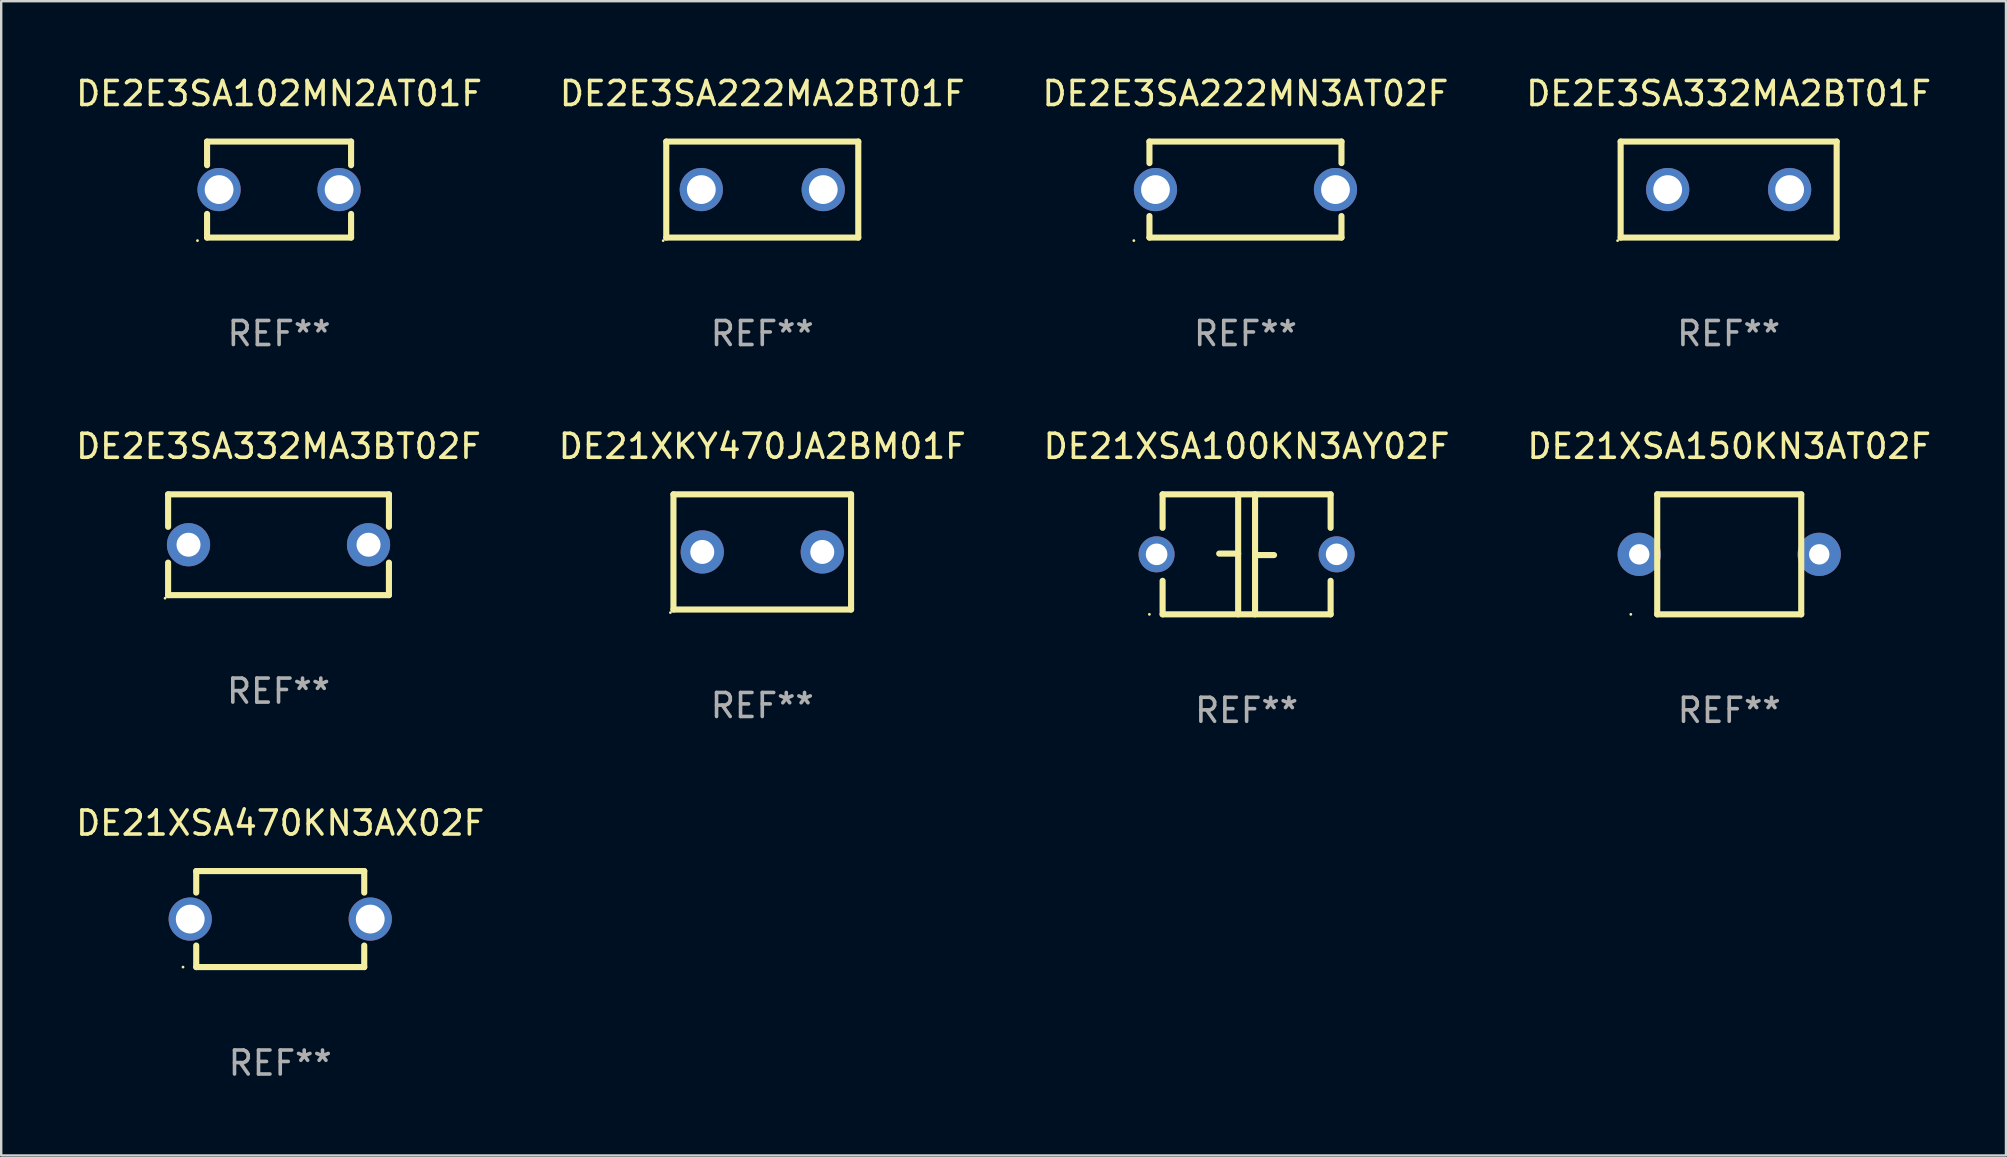
<source format=kicad_pcb>
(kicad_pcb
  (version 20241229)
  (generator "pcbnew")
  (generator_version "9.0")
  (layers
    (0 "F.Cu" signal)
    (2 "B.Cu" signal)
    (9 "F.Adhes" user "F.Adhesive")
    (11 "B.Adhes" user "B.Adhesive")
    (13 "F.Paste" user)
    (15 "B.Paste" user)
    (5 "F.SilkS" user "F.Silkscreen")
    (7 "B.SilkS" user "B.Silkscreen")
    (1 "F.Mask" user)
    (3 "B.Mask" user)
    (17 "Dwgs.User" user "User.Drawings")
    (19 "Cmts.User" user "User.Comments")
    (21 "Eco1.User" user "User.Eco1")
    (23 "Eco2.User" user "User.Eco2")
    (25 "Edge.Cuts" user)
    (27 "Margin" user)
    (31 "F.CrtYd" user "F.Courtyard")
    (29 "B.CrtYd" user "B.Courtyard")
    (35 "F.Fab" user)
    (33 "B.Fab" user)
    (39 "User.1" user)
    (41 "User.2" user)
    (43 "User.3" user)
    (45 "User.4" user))
  (footprint "DE2E3SA332MA2BT01F"
    (layer "F.Cu")
    (at 68.97 4.848)
    (property "Reference" "DE2E3SA332MA2BT01F" (at 0 -4 0) (layer "F.SilkS") (effects (font (size 1 1) (thickness 0.15))))
    (attr through_hole)
    (fp_line (start -4.5 -2) (end 4.5 -2) (stroke (width 0.254) (type solid)) (layer "F.SilkS"))
    (fp_line (start -4.5 2) (end -4.5 -2) (stroke (width 0.254) (type solid)) (layer "F.SilkS"))
    (fp_line (start 4.5 -2) (end 4.5 2) (stroke (width 0.254) (type solid)) (layer "F.SilkS"))
    (fp_line (start 4.5 2) (end -4.5 2) (stroke (width 0.254) (type solid)) (layer "F.SilkS"))
    (fp_circle (center -4.627 2.127) (end -4.597 2.127) (stroke (width 0.06) (type solid)) (fill no) (layer "F.SilkS"))
    (fp_text user "REF**" (at 0 6 0) (layer "F.Fab") (effects (font (size 1 1) (thickness 0.15))))
    (pad "1" thru_hole circle (at -2.54 0) (size 1.8 1.8) (drill 1.2) (layers "*.Cu" "*.Mask"))
    (pad "2" thru_hole circle (at 2.54 0) (size 1.8 1.8) (drill 1.2) (layers "*.Cu" "*.Mask")))
  (footprint "DE2E3SA222MN3AT02F"
    (layer "F.Cu")
    (at 48.839 4.848)
    (property "Reference" "DE2E3SA222MN3AT02F" (at 0 -4 0) (layer "F.SilkS") (effects (font (size 1 1) (thickness 0.15))))
    (attr through_hole)
    (fp_line (start -4 -2) (end -4 -1.103) (stroke (width 0.254) (type solid)) (layer "F.SilkS"))
    (fp_line (start -4 -2) (end 4 -2) (stroke (width 0.254) (type solid)) (layer "F.SilkS"))
    (fp_line (start -4 1.103) (end -4 2) (stroke (width 0.254) (type solid)) (layer "F.SilkS"))
    (fp_line (start 4 -2) (end 4 -1.103) (stroke (width 0.254) (type solid)) (layer "F.SilkS"))
    (fp_line (start 4 1.103) (end 4 2) (stroke (width 0.254) (type solid)) (layer "F.SilkS"))
    (fp_line (start 4 2) (end -4 2) (stroke (width 0.254) (type solid)) (layer "F.SilkS"))
    (fp_circle (center -4.65 2.127) (end -4.62 2.127) (stroke (width 0.06) (type solid)) (fill no) (layer "F.SilkS"))
    (fp_text user "REF**" (at 0 6 0) (layer "F.Fab") (effects (font (size 1 1) (thickness 0.15))))
    (pad "1" thru_hole circle (at -3.75 0) (size 1.8 1.8) (drill 1.2) (layers "*.Cu" "*.Mask"))
    (pad "2" thru_hole circle (at 3.75 0) (size 1.8 1.8) (drill 1.2) (layers "*.Cu" "*.Mask")))
  (footprint "DE21XSA100KN3AY02F"
    (layer "F.Cu")
    (at 48.887 20.045)
    (property "Reference" "DE21XSA100KN3AY02F" (at 0 -4.5 0) (layer "F.SilkS") (effects (font (size 1 1) (thickness 0.15))))
    (attr through_hole)
    (fp_line (start -3.5 -2.5) (end -3.5 -1.103) (stroke (width 0.254) (type solid)) (layer "F.SilkS"))
    (fp_line (start -3.5 -2.5) (end 3.5 -2.5) (stroke (width 0.254) (type solid)) (layer "F.SilkS"))
    (fp_line (start -3.5 1.103) (end -3.5 2.5) (stroke (width 0.254) (type solid)) (layer "F.SilkS"))
    (fp_line (start -0.352 -0.03) (end -1.143 -0.03) (stroke (width 0.254) (type solid)) (layer "F.SilkS"))
    (fp_line (start -0.352 2.5) (end -0.352 -2.5) (stroke (width 0.254) (type solid)) (layer "F.SilkS"))
    (fp_line (start 0.352 -2.5) (end 0.352 2.5) (stroke (width 0.254) (type solid)) (layer "F.SilkS"))
    (fp_line (start 0.352 0.03) (end 1.143 0.03) (stroke (width 0.254) (type solid)) (layer "F.SilkS"))
    (fp_line (start 3.5 -2.5) (end 3.5 -1.103) (stroke (width 0.254) (type solid)) (layer "F.SilkS"))
    (fp_line (start 3.5 1.103) (end 3.5 2.5) (stroke (width 0.254) (type solid)) (layer "F.SilkS"))
    (fp_line (start 3.5 2.5) (end -3.5 2.5) (stroke (width 0.254) (type solid)) (layer "F.SilkS"))
    (fp_circle (center -4.05 2.5) (end -4.02 2.5) (stroke (width 0.06) (type solid)) (fill no) (layer "F.SilkS"))
    (fp_text user "REF**" (at 0 6.5 0) (layer "F.Fab") (effects (font (size 1 1) (thickness 0.15))))
    (pad "1" thru_hole circle (at -3.75 0) (size 1.5 1.5) (drill 0.9) (layers "*.Cu" "*.Mask"))
    (pad "2" thru_hole circle (at 3.75 0) (size 1.5 1.5) (drill 0.9) (layers "*.Cu" "*.Mask")))
  (footprint "DE2E3SA222MA2BT01F"
    (layer "F.Cu")
    (at 28.708 4.848)
    (property "Reference" "DE2E3SA222MA2BT01F" (at 0 -4 0) (layer "F.SilkS") (effects (font (size 1 1) (thickness 0.15))))
    (attr through_hole)
    (fp_line (start -4 -2) (end 4 -2) (stroke (width 0.254) (type solid)) (layer "F.SilkS"))
    (fp_line (start -4 2) (end -4 -2) (stroke (width 0.254) (type solid)) (layer "F.SilkS"))
    (fp_line (start 4 -2) (end 4 2) (stroke (width 0.254) (type solid)) (layer "F.SilkS"))
    (fp_line (start 4 2) (end -4 2) (stroke (width 0.254) (type solid)) (layer "F.SilkS"))
    (fp_circle (center -4.127 2.127) (end -4.097 2.127) (stroke (width 0.06) (type solid)) (fill no) (layer "F.SilkS"))
    (fp_text user "REF**" (at 0 6 0) (layer "F.Fab") (effects (font (size 1 1) (thickness 0.15))))
    (pad "1" thru_hole circle (at -2.54 0) (size 1.8 1.8) (drill 1.2) (layers "*.Cu" "*.Mask"))
    (pad "2" thru_hole circle (at 2.54 0) (size 1.8 1.8) (drill 1.2) (layers "*.Cu" "*.Mask")))
  (footprint "DE2E3SA332MA3BT02F"
    (layer "F.Cu")
    (at 8.554 19.645)
    (property "Reference" "DE2E3SA332MA3BT02F" (at 0 -4.1 0) (layer "F.SilkS") (effects (font (size 1 1) (thickness 0.15))))
    (attr through_hole)
    (fp_line (start -4.6 -2.1) (end -4.6 -0.745) (stroke (width 0.254) (type solid)) (layer "F.SilkS"))
    (fp_line (start -4.6 -2.1) (end 4.6 -2.1) (stroke (width 0.254) (type solid)) (layer "F.SilkS"))
    (fp_line (start -4.6 0.745) (end -4.6 2.1) (stroke (width 0.254) (type solid)) (layer "F.SilkS"))
    (fp_line (start -4.6 2.1) (end 4.6 2.1) (stroke (width 0.254) (type solid)) (layer "F.SilkS"))
    (fp_line (start 4.6 -2.1) (end 4.6 -0.745) (stroke (width 0.254) (type solid)) (layer "F.SilkS"))
    (fp_line (start 4.6 0.745) (end 4.6 2.1) (stroke (width 0.254) (type solid)) (layer "F.SilkS"))
    (fp_circle (center -4.727 2.227) (end -4.697 2.227) (stroke (width 0.06) (type solid)) (fill no) (layer "F.SilkS"))
    (fp_text user "REF**" (at 0 6.1 0) (layer "F.Fab") (effects (font (size 1 1) (thickness 0.15))))
    (pad "1" thru_hole circle (at -3.75 0) (size 1.8 1.8) (drill 1) (layers "*.Cu" "*.Mask"))
    (pad "2" thru_hole circle (at 3.75 0) (size 1.8 1.8) (drill 1) (layers "*.Cu" "*.Mask")))
  (footprint "DE21XKY470JA2BM01F"
    (layer "F.Cu")
    (at 28.708 19.945)
    (property "Reference" "DE21XKY470JA2BM01F" (at 0 -4.4 0) (layer "F.SilkS") (effects (font (size 1 1) (thickness 0.15))))
    (attr through_hole)
    (fp_line (start -3.7 -2.4) (end -3.7 2.4) (stroke (width 0.254) (type solid)) (layer "F.SilkS"))
    (fp_line (start -3.7 -2.4) (end 3.7 -2.4) (stroke (width 0.254) (type solid)) (layer "F.SilkS"))
    (fp_line (start -3.7 2.4) (end 3.7 2.4) (stroke (width 0.254) (type solid)) (layer "F.SilkS"))
    (fp_line (start 3.7 -2.4) (end 3.7 2.4) (stroke (width 0.254) (type solid)) (layer "F.SilkS"))
    (fp_circle (center -3.827 2.527) (end -3.797 2.527) (stroke (width 0.06) (type solid)) (fill no) (layer "F.SilkS"))
    (fp_text user "REF**" (at 0 6.4 0) (layer "F.Fab") (effects (font (size 1 1) (thickness 0.15))))
    (pad "1" thru_hole circle (at -2.5 0) (size 1.8 1.8) (drill 1) (layers "*.Cu" "*.Mask"))
    (pad "2" thru_hole circle (at 2.5 0) (size 1.8 1.8) (drill 1) (layers "*.Cu" "*.Mask")))
  (footprint "DE21XSA470KN3AX02F"
    (layer "F.Cu")
    (at 8.625 35.241)
    (property "Reference" "DE21XSA470KN3AX02F" (at 0 -4 0) (layer "F.SilkS") (effects (font (size 1 1) (thickness 0.15))))
    (attr through_hole)
    (fp_line (start -3.5 -2) (end -3.5 -1.103) (stroke (width 0.254) (type solid)) (layer "F.SilkS"))
    (fp_line (start -3.5 -2) (end 3.5 -2) (stroke (width 0.254) (type solid)) (layer "F.SilkS"))
    (fp_line (start -3.5 1.103) (end -3.5 2) (stroke (width 0.254) (type solid)) (layer "F.SilkS"))
    (fp_line (start 3.5 -1.103) (end 3.5 -2) (stroke (width 0.254) (type solid)) (layer "F.SilkS"))
    (fp_line (start 3.5 2) (end -3.5 2) (stroke (width 0.254) (type solid)) (layer "F.SilkS"))
    (fp_line (start 3.5 2) (end 3.5 1.103) (stroke (width 0.254) (type solid)) (layer "F.SilkS"))
    (fp_circle (center -4.05 2) (end -4.02 2) (stroke (width 0.06) (type solid)) (fill no) (layer "F.SilkS"))
    (fp_text user "REF**" (at 0 6 0) (layer "F.Fab") (effects (font (size 1 1) (thickness 0.15))))
    (pad "1" thru_hole circle (at -3.75 0) (size 1.8 1.8) (drill 1.2) (layers "*.Cu" "*.Mask"))
    (pad "2" thru_hole circle (at 3.75 0) (size 1.8 1.8) (drill 1.2) (layers "*.Cu" "*.Mask")))
  (footprint "DE2E3SA102MN2AT01F"
    (layer "F.Cu")
    (at 8.577 4.848)
    (property "Reference" "DE2E3SA102MN2AT01F" (at 0 -4 0) (layer "F.SilkS") (effects (font (size 1 1) (thickness 0.15))))
    (attr through_hole)
    (fp_line (start -3 -2) (end -3 -1.014) (stroke (width 0.254) (type solid)) (layer "F.SilkS"))
    (fp_line (start -3 -2) (end 3 -2) (stroke (width 0.254) (type solid)) (layer "F.SilkS"))
    (fp_line (start -3 1.014) (end -3 2) (stroke (width 0.254) (type solid)) (layer "F.SilkS"))
    (fp_line (start 3 -2) (end 3 -1.014) (stroke (width 0.254) (type solid)) (layer "F.SilkS"))
    (fp_line (start 3 1.014) (end 3 2) (stroke (width 0.254) (type solid)) (layer "F.SilkS"))
    (fp_line (start 3 2) (end -3 2) (stroke (width 0.254) (type solid)) (layer "F.SilkS"))
    (fp_circle (center -3.4 2.127) (end -3.37 2.127) (stroke (width 0.06) (type solid)) (fill no) (layer "F.SilkS"))
    (fp_text user "REF**" (at 0 6 0) (layer "F.Fab") (effects (font (size 1 1) (thickness 0.15))))
    (pad "1" thru_hole circle (at -2.5 0) (size 1.8 1.8) (drill 1.2) (layers "*.Cu" "*.Mask"))
    (pad "2" thru_hole circle (at 2.5 0) (size 1.8 1.8) (drill 1.2) (layers "*.Cu" "*.Mask")))
  (footprint "DE21XSA150KN3AT02F"
    (layer "F.Cu")
    (at 68.994 20.045)
    (property "Reference" "DE21XSA150KN3AT02F" (at 0 -4.5 0) (layer "F.SilkS") (effects (font (size 1 1) (thickness 0.15))))
    (attr through_hole)
    (fp_line (start -3 -2.5) (end 3 -2.5) (stroke (width 0.254) (type solid)) (layer "F.SilkS"))
    (fp_line (start -3 2.5) (end -3 -2.5) (stroke (width 0.254) (type solid)) (layer "F.SilkS"))
    (fp_line (start 3 -2.5) (end 3 2.5) (stroke (width 0.254) (type solid)) (layer "F.SilkS"))
    (fp_line (start 3 2.5) (end -3 2.5) (stroke (width 0.254) (type solid)) (layer "F.SilkS"))
    (fp_circle (center -4.1 2.5) (end -4.07 2.5) (stroke (width 0.06) (type solid)) (fill no) (layer "F.SilkS"))
    (fp_text user "REF**" (at 0 6.5 0) (layer "F.Fab") (effects (font (size 1 1) (thickness 0.15))))
    (pad "1" thru_hole circle (at -3.75 0) (size 1.8 1.8) (drill 0.85) (layers "*.Cu" "*.Mask"))
    (pad "2" thru_hole circle (at 3.75 0) (size 1.8 1.8) (drill 0.85) (layers "*.Cu" "*.Mask")))
  (gr_rect
    (start -3 -3)
    (end 80.524 45.09)
    (stroke (width 0.1) (type default))
    (fill no)
    (layer "Edge.Cuts")))
</source>
